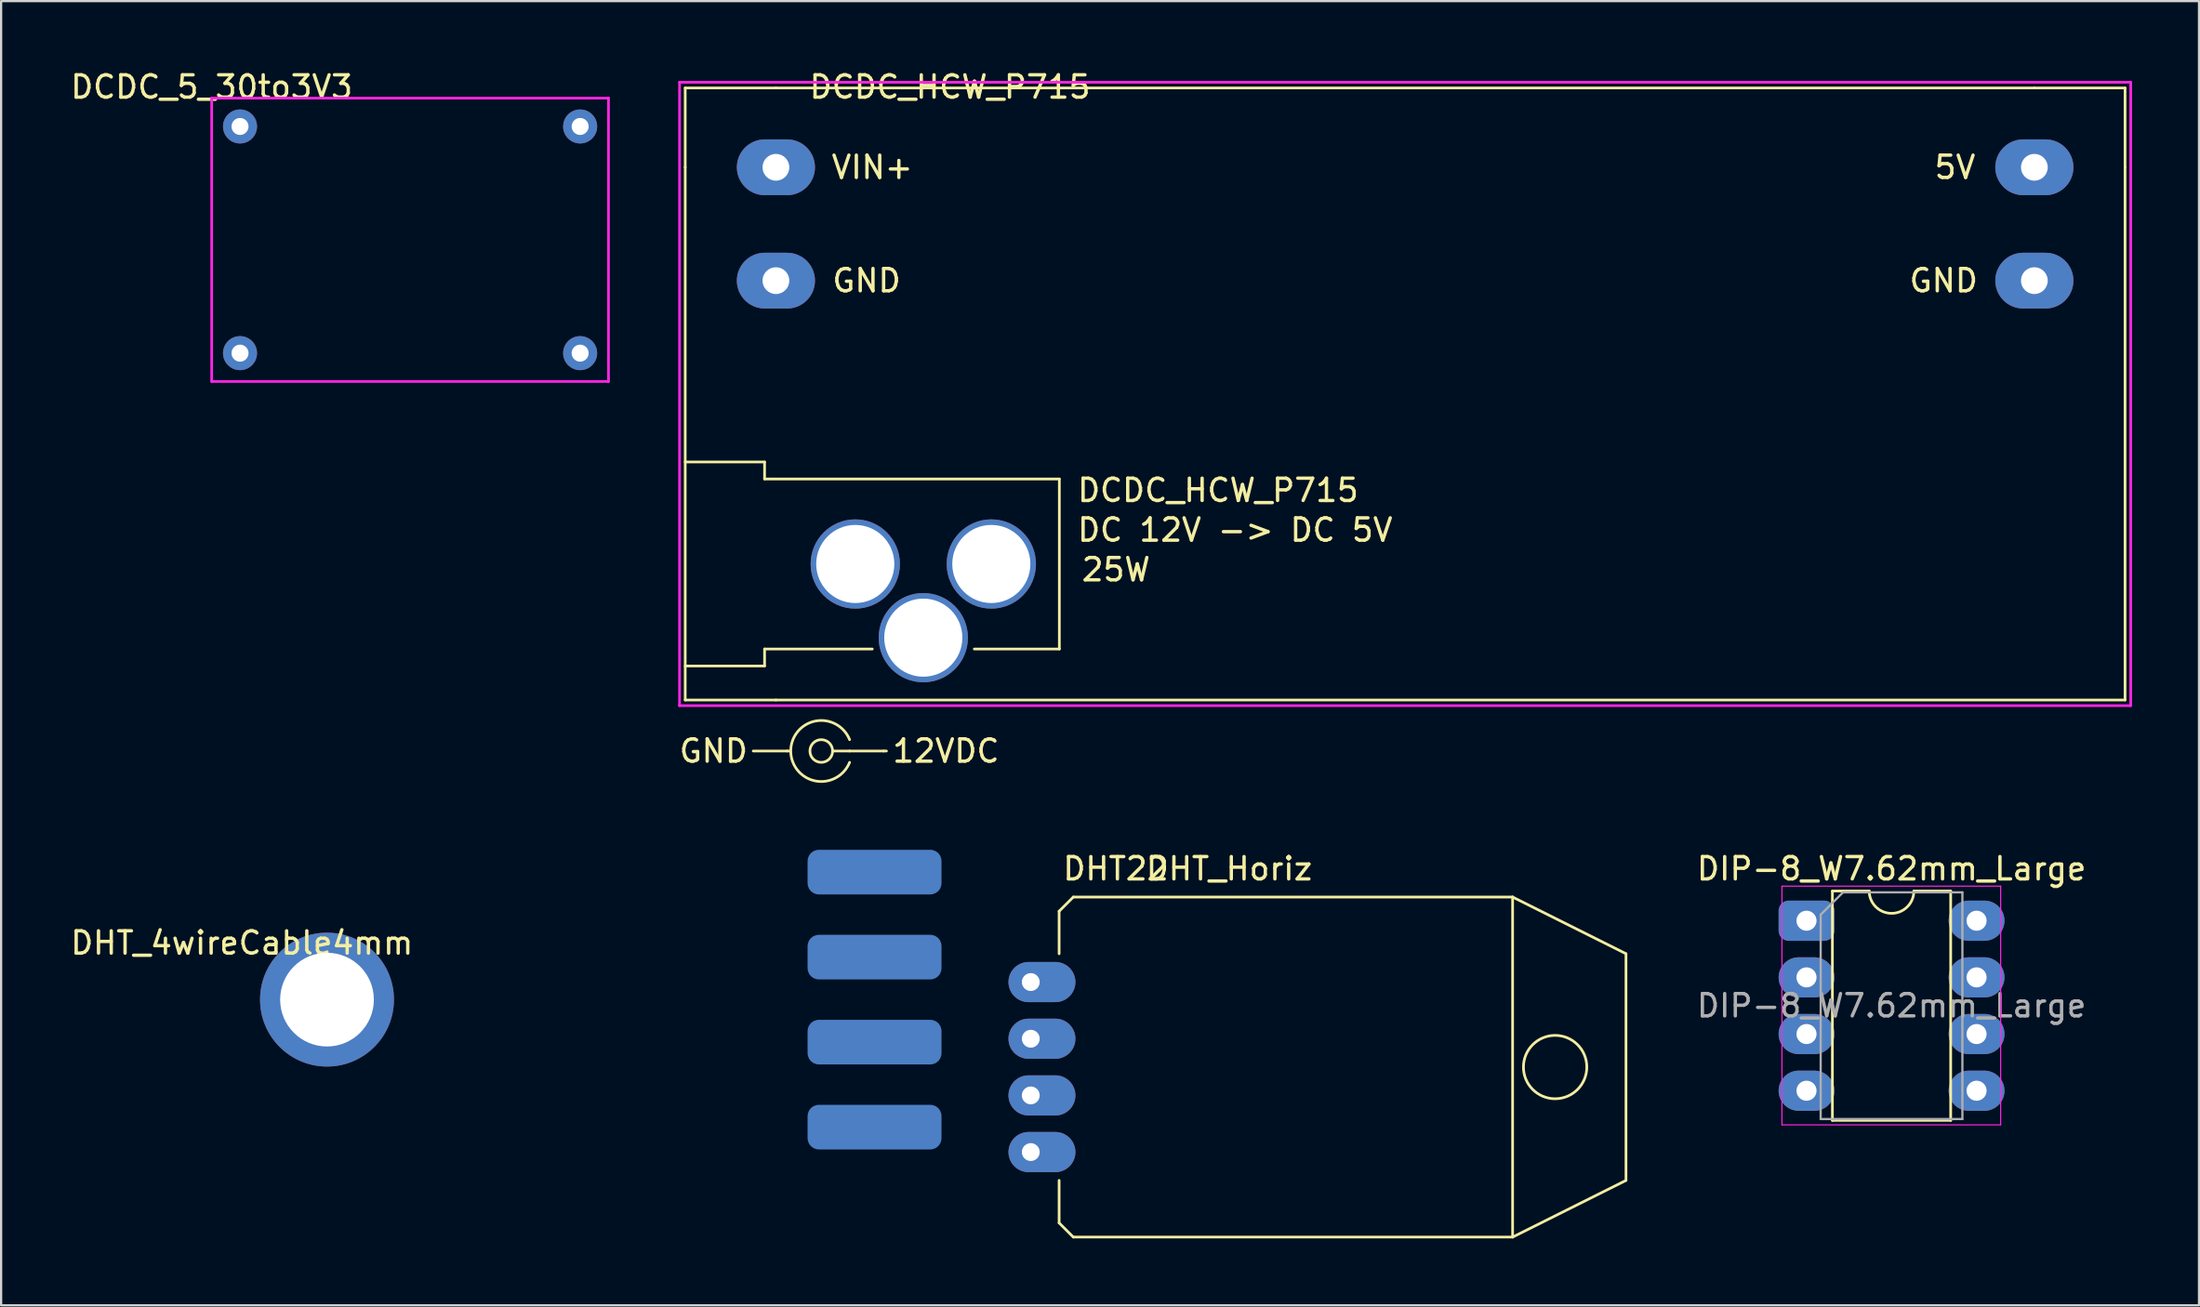
<source format=kicad_pcb>
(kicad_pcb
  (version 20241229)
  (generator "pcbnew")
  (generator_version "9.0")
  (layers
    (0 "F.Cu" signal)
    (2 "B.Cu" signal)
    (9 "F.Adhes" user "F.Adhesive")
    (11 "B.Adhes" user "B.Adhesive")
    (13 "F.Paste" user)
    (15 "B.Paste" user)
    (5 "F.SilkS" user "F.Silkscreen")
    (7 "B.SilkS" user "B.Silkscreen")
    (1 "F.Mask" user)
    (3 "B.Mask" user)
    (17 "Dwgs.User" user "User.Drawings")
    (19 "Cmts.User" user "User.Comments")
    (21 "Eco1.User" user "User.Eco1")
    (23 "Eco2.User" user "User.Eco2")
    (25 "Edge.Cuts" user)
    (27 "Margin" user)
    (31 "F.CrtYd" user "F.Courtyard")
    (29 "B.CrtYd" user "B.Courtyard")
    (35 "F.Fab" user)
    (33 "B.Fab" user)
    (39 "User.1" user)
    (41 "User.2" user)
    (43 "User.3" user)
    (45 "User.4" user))
  (footprint "DIP-8_W7.62mm_Large"
    (layer "F.Cu")
    (at 77.896 38.216)
    (property "Reference" "DIP-8_W7.62mm_Large" (at 3.81 -2.33 0) (layer "F.SilkS") (effects (font (size 1 1) (thickness 0.15))))
    (attr through_hole)
    (fp_line (start 1.16 -1.33) (end 1.16 8.95) (stroke (width 0.12) (type solid)) (layer "F.SilkS"))
    (fp_line (start 1.16 8.95) (end 6.46 8.95) (stroke (width 0.12) (type solid)) (layer "F.SilkS"))
    (fp_line (start 2.81 -1.33) (end 1.16 -1.33) (stroke (width 0.12) (type solid)) (layer "F.SilkS"))
    (fp_line (start 6.46 -1.33) (end 4.81 -1.33) (stroke (width 0.12) (type solid)) (layer "F.SilkS"))
    (fp_line (start 6.46 8.95) (end 6.46 -1.33) (stroke (width 0.12) (type solid)) (layer "F.SilkS"))
    (fp_arc (start 4.81 -1.33) (mid 3.81 -0.33) (end 2.81 -1.33) (stroke (width 0.12) (type solid)) (layer "F.SilkS"))
    (fp_line (start -1.1 -1.55) (end -1.1 9.15) (stroke (width 0.05) (type solid)) (layer "F.CrtYd"))
    (fp_line (start -1.1 9.15) (end 8.7 9.15) (stroke (width 0.05) (type solid)) (layer "F.CrtYd"))
    (fp_line (start 8.7 -1.55) (end -1.1 -1.55) (stroke (width 0.05) (type solid)) (layer "F.CrtYd"))
    (fp_line (start 8.7 9.15) (end 8.7 -1.55) (stroke (width 0.05) (type solid)) (layer "F.CrtYd"))
    (fp_line (start 0.635 -0.27) (end 1.635 -1.27) (stroke (width 0.1) (type solid)) (layer "F.Fab"))
    (fp_line (start 0.635 8.89) (end 0.635 -0.27) (stroke (width 0.1) (type solid)) (layer "F.Fab"))
    (fp_line (start 1.635 -1.27) (end 6.985 -1.27) (stroke (width 0.1) (type solid)) (layer "F.Fab"))
    (fp_line (start 6.985 -1.27) (end 6.985 8.89) (stroke (width 0.1) (type solid)) (layer "F.Fab"))
    (fp_line (start 6.985 8.89) (end 0.635 8.89) (stroke (width 0.1) (type solid)) (layer "F.Fab"))
    (fp_text user "${REFERENCE}" (at 3.81 3.81 0) (layer "F.Fab") (effects (font (size 1 1) (thickness 0.15))))
    (pad "1" thru_hole roundrect (at 0 0) (size 2.5 1.8) (drill 0.9) (layers "*.Cu" "*.Mask") (roundrect_rratio 0.25))
    (pad "2" thru_hole oval (at 0 2.54) (size 2.5 1.8) (drill 0.9) (layers "*.Cu" "*.Mask"))
    (pad "3" thru_hole oval (at 0 5.08) (size 2.5 1.8) (drill 0.9) (layers "*.Cu" "*.Mask"))
    (pad "4" thru_hole oval (at 0 7.62) (size 2.5 1.8) (drill 0.9) (layers "*.Cu" "*.Mask"))
    (pad "5" thru_hole oval (at 7.62 7.62) (size 2.5 1.8) (drill 0.9) (layers "*.Cu" "*.Mask"))
    (pad "6" thru_hole oval (at 7.62 5.08) (size 2.5 1.8) (drill 0.9) (layers "*.Cu" "*.Mask"))
    (pad "7" thru_hole oval (at 7.62 2.54) (size 2.5 1.8) (drill 0.9) (layers "*.Cu" "*.Mask"))
    (pad "8" thru_hole oval (at 7.62 0) (size 2.5 1.8) (drill 0.9) (layers "*.Cu" "*.Mask")))
  (footprint "DCDC_HCW_P715"
    (layer "F.Cu")
    (at 31.717 4.448)
    (property "Reference" "DCDC_HCW_P715" (at 7.8 -3.6 0) (layer "F.SilkS") (effects (font (size 1 1) (thickness 0.15))))
    (attr through_hole)
    (fp_line (start -4.064 -3.556) (end 0 -3.556) (stroke (width 0.12) (type solid)) (layer "F.SilkS"))
    (fp_line (start -4.064 0) (end -4.064 -3.556) (stroke (width 0.12) (type solid)) (layer "F.SilkS"))
    (fp_line (start -4.064 0) (end -4.064 23.876) (stroke (width 0.12) (type solid)) (layer "F.SilkS"))
    (fp_line (start -0.508 13.208) (end -4.064 13.208) (stroke (width 0.12) (type solid)) (layer "F.SilkS"))
    (fp_line (start -0.508 13.97) (end -0.508 13.208) (stroke (width 0.12) (type solid)) (layer "F.SilkS"))
    (fp_line (start -0.508 13.97) (end 12.7 13.97) (stroke (width 0.12) (type solid)) (layer "F.SilkS"))
    (fp_line (start -0.508 22.352) (end -4.064 22.352) (stroke (width 0.12) (type solid)) (layer "F.SilkS"))
    (fp_line (start -0.508 22.352) (end -0.508 21.59) (stroke (width 0.12) (type solid)) (layer "F.SilkS"))
    (fp_line (start 0 -3.556) (end 56.388 -3.556) (stroke (width 0.12) (type solid)) (layer "F.SilkS"))
    (fp_line (start 0 23.876) (end -4.064 23.876) (stroke (width 0.12) (type solid)) (layer "F.SilkS"))
    (fp_line (start 0 23.876) (end 60.452 23.876) (stroke (width 0.12) (type solid)) (layer "F.SilkS"))
    (fp_line (start 0.508 26.162) (end -1.016 26.162) (stroke (width 0.12) (type solid)) (layer "F.SilkS"))
    (fp_line (start 0.508 26.162) (end 0.635 26.162) (stroke (width 0.12) (type solid)) (layer "F.SilkS"))
    (fp_line (start 3.302 26.162) (end 2.54 26.162) (stroke (width 0.12) (type solid)) (layer "F.SilkS"))
    (fp_line (start 4.318 21.59) (end -0.508 21.59) (stroke (width 0.12) (type solid)) (layer "F.SilkS"))
    (fp_line (start 4.826 26.162) (end 3.302 26.162) (stroke (width 0.12) (type solid)) (layer "F.SilkS"))
    (fp_line (start 4.826 26.162) (end 4.953 26.162) (stroke (width 0.12) (type solid)) (layer "F.SilkS"))
    (fp_line (start 12.7 21.59) (end 8.89 21.59) (stroke (width 0.12) (type solid)) (layer "F.SilkS"))
    (fp_line (start 12.7 21.59) (end 12.7 13.97) (stroke (width 0.12) (type solid)) (layer "F.SilkS"))
    (fp_line (start 56.388 -3.556) (end 60.452 -3.556) (stroke (width 0.12) (type solid)) (layer "F.SilkS"))
    (fp_line (start 60.452 -3.556) (end 60.452 0) (stroke (width 0.12) (type solid)) (layer "F.SilkS"))
    (fp_line (start 60.452 23.876) (end 60.452 0) (stroke (width 0.12) (type solid)) (layer "F.SilkS"))
    (fp_arc (start 3.301999 26.67) (mid 0.664169 26.162) (end 3.301999 25.654001) (stroke (width 0.12) (type solid)) (layer "F.SilkS"))
    (fp_circle (center 2.032 26.162) (end 2.032 25.654) (stroke (width 0.12) (type solid)) (fill no) (layer "F.SilkS"))
    (fp_line (start -4.318 -3.81) (end 60.706 -3.81) (stroke (width 0.12) (type solid)) (layer "F.CrtYd"))
    (fp_line (start -4.318 24.13) (end -4.318 -3.81) (stroke (width 0.12) (type solid)) (layer "F.CrtYd"))
    (fp_line (start 60.706 -3.81) (end 60.706 24.13) (stroke (width 0.12) (type solid)) (layer "F.CrtYd"))
    (fp_line (start 60.706 24.13) (end -4.318 24.13) (stroke (width 0.12) (type solid)) (layer "F.CrtYd"))
    (fp_text user "DC 12V -> DC 5V" (at 20.574 16.256 0) (layer "F.SilkS") (effects (font (size 1 1) (thickness 0.15))))
    (fp_text user "GND" (at -2.794 26.162 0) (layer "F.SilkS") (effects (font (size 1 1) (thickness 0.15))))
    (fp_text user "GND" (at 52.324 5.08 0) (layer "F.SilkS") (effects (font (size 1 1) (thickness 0.15))))
    (fp_text user "25W" (at 15.24 18.034 0) (layer "F.SilkS") (effects (font (size 1 1) (thickness 0.15))))
    (fp_text user "DCDC_HCW_P715" (at 19.812 14.478 0) (layer "F.SilkS") (effects (font (size 1 1) (thickness 0.15))))
    (fp_text user "VIN+" (at 4.318 0 0) (layer "F.SilkS") (effects (font (size 1 1) (thickness 0.15))))
    (fp_text user "12VDC" (at 7.62 26.162 0) (layer "F.SilkS") (effects (font (size 1 1) (thickness 0.15))))
    (fp_text user "5V" (at 52.832 0 0) (layer "F.SilkS") (effects (font (size 1 1) (thickness 0.15))))
    (fp_text user "GND" (at 4.064 5.08 0) (layer "F.SilkS") (effects (font (size 1 1) (thickness 0.15))))
    (pad "" thru_hole circle (at 3.556 17.78) (size 4 4) (drill 3.5) (layers "*.Cu" "*.Mask"))
    (pad "" thru_hole circle (at 6.604 21.082) (size 4 4) (drill 3.5) (layers "*.Cu" "*.Mask"))
    (pad "" thru_hole circle (at 9.652 17.78) (size 4 4) (drill 3.5) (layers "*.Cu" "*.Mask"))
    (pad "1" thru_hole oval (at 0 0) (size 3.5 2.5) (drill 1.2) (layers "*.Cu" "*.Mask"))
    (pad "2" thru_hole oval (at 0 5.08) (size 3.5 2.5) (drill 1.2) (layers "*.Cu" "*.Mask"))
    (pad "3" thru_hole oval (at 56.388 0) (size 3.5 2.5) (drill 1.2) (layers "*.Cu" "*.Mask"))
    (pad "4" thru_hole oval (at 56.388 5.08) (size 3.5 2.5) (drill 1.2) (layers "*.Cu" "*.Mask")))
  (footprint "DHT_Horiz"
    (layer "F.Cu")
    (at 43.137 40.966)
    (property "Reference" "DHT_Horiz" (at 8.89 -5.08 0) (layer "F.SilkS") (effects (font (size 1 1) (thickness 0.15))))
    (attr through_hole)
    (fp_line (start 1.27 -3.175) (end 1.905 -3.81) (stroke (width 0.12) (type solid)) (layer "F.SilkS"))
    (fp_line (start 1.27 -1.27) (end 1.27 -3.175) (stroke (width 0.12) (type solid)) (layer "F.SilkS"))
    (fp_line (start 1.27 10.795) (end 1.27 8.89) (stroke (width 0.12) (type solid)) (layer "F.SilkS"))
    (fp_line (start 1.27 10.795) (end 1.905 11.43) (stroke (width 0.12) (type solid)) (layer "F.SilkS"))
    (fp_line (start 1.905 -3.81) (end 21.59 -3.81) (stroke (width 0.12) (type solid)) (layer "F.SilkS"))
    (fp_line (start 1.905 11.43) (end 21.59 11.43) (stroke (width 0.12) (type solid)) (layer "F.SilkS"))
    (fp_line (start 21.59 -3.81) (end 21.59 11.43) (stroke (width 0.12) (type solid)) (layer "F.SilkS"))
    (fp_line (start 26.67 -1.27) (end 21.59 -3.81) (stroke (width 0.12) (type solid)) (layer "F.SilkS"))
    (fp_line (start 26.67 8.89) (end 21.59 11.43) (stroke (width 0.12) (type solid)) (layer "F.SilkS"))
    (fp_line (start 26.67 8.89) (end 26.67 -1.27) (stroke (width 0.12) (type solid)) (layer "F.SilkS"))
    (fp_circle (center 23.495 3.81) (end 24.13 5.08) (stroke (width 0.12) (type solid)) (fill no) (layer "F.SilkS"))
    (fp_text user "DHT22" (at 3.81 -5.08 0) (layer "F.SilkS") (effects (font (size 1 1) (thickness 0.15))))
    (pad "1" thru_hole oval (at 0 0) (size 3 1.8) (drill 0.8 (offset 0.5 0)) (layers "*.Cu" "*.Mask"))
    (pad "2" thru_hole oval (at 0 2.54) (size 3 1.8) (drill 0.8 (offset 0.5 0)) (layers "*.Cu" "*.Mask"))
    (pad "3" thru_hole oval (at 0 5.08) (size 3 1.8) (drill 0.8 (offset 0.5 0)) (layers "*.Cu" "*.Mask"))
    (pad "4" thru_hole oval (at 0 7.62) (size 3 1.8) (drill 0.8 (offset 0.5 0)) (layers "*.Cu" "*.Mask")))
  (footprint "DCDC_5_30to3V3"
    (layer "F.Cu")
    (at 6.435 1.348)
    (property "Reference" "DCDC_5_30to3V3" (at 0 -0.5 0) (unlocked yes) (layer "F.SilkS") (effects (font (size 1 1) (thickness 0.15))))
    (fp_line (start 0 0) (end 17.78 0) (stroke (width 0.12) (type solid)) (layer "F.CrtYd"))
    (fp_line (start 0 12.7) (end 0 0) (stroke (width 0.12) (type solid)) (layer "F.CrtYd"))
    (fp_line (start 17.78 0) (end 17.78 12.7) (stroke (width 0.12) (type solid)) (layer "F.CrtYd"))
    (fp_line (start 17.78 12.7) (end 0 12.7) (stroke (width 0.12) (type solid)) (layer "F.CrtYd"))
    (pad "1" thru_hole circle (at 1.27 1.27) (size 1.524 1.524) (drill 0.762) (layers "*.Cu" "*.Mask"))
    (pad "2" thru_hole circle (at 1.27 11.43) (size 1.524 1.524) (drill 0.762) (layers "*.Cu" "*.Mask"))
    (pad "3" thru_hole circle (at 16.51 11.43) (size 1.524 1.524) (drill 0.762) (layers "*.Cu" "*.Mask"))
    (pad "4" thru_hole circle (at 16.51 1.27) (size 1.524 1.524) (drill 0.762) (layers "*.Cu" "*.Mask")))
  (footprint "DHT_4wireCable4mm"
    (layer "F.Cu")
    (at 11.602 41.753)
    (property "Reference" "DHT_4wireCable4mm" (at -3.81 -2.54 0) (layer "F.SilkS") (effects (font (size 1 1) (thickness 0.15))))
    (attr through_hole)
    (pad "" thru_hole circle (at 0 0) (size 6 6) (drill 4.2) (layers "*.Cu" "*.Mask"))
    (pad "1" smd roundrect (at 26.035 -5.715) (size 6 2) (drill (offset -1.5 0)) (layers "B.Cu" "B.Mask" "B.Paste") (roundrect_rratio 0.25))
    (pad "2" smd roundrect (at 26.035 -1.905) (size 6 2) (drill (offset -1.5 0)) (layers "B.Cu" "B.Mask" "B.Paste") (roundrect_rratio 0.25))
    (pad "3" smd roundrect (at 26.035 1.905) (size 6 2) (drill (offset -1.5 0)) (layers "B.Cu" "B.Mask" "B.Paste") (roundrect_rratio 0.25))
    (pad "4" smd roundrect (at 26.035 5.715) (size 6 2) (drill (offset -1.5 0)) (layers "B.Cu" "B.Mask" "B.Paste") (roundrect_rratio 0.25)))
  (gr_rect
    (start -3 -3)
    (end 95.483 55.456)
    (stroke (width 0.1) (type default))
    (fill no)
    (layer "Edge.Cuts")))
</source>
